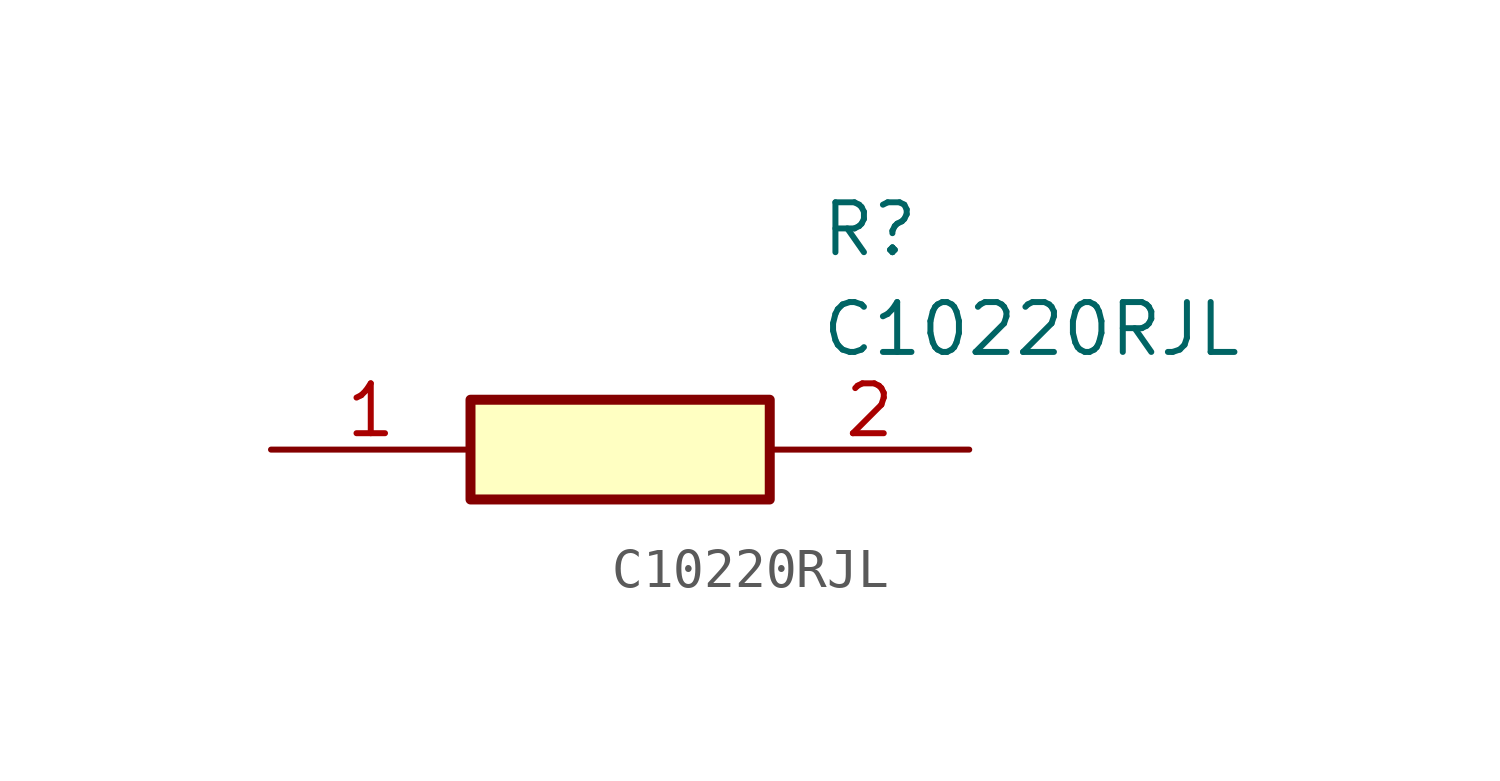
<source format=kicad_sym>
(kicad_symbol_lib
  (version 20211014)
  (generator SamacSys_ECAD_Model)
  (symbol "C10220RJL"
    (pin_names hide)
    (property "Reference" "R"
      (at 13.97 6.35 0)
      (effects (font (size 1.27 1.27)) (justify left top)))
    (property "Value" "C10220RJL"
      (at 13.97 3.81 0)
      (effects (font (size 1.27 1.27)) (justify left top)))
    (rectangle
      (start 5.08 1.27)
      (end 12.7 -1.27)
      (stroke (width 0.254) (type default))
      (fill (type background)))
    (pin passive line
      (at 0 0 0)
      (length 5.08)
      (name "1" (effects (font (size 1.27 1.27))))
      (number "1" (effects (font (size 1.27 1.27)))))
    (pin passive line
      (at 17.78 0 180)
      (length 5.08)
      (name "2" (effects (font (size 1.27 1.27))))
      (number "2" (effects (font (size 1.27 1.27)))))))
</source>
